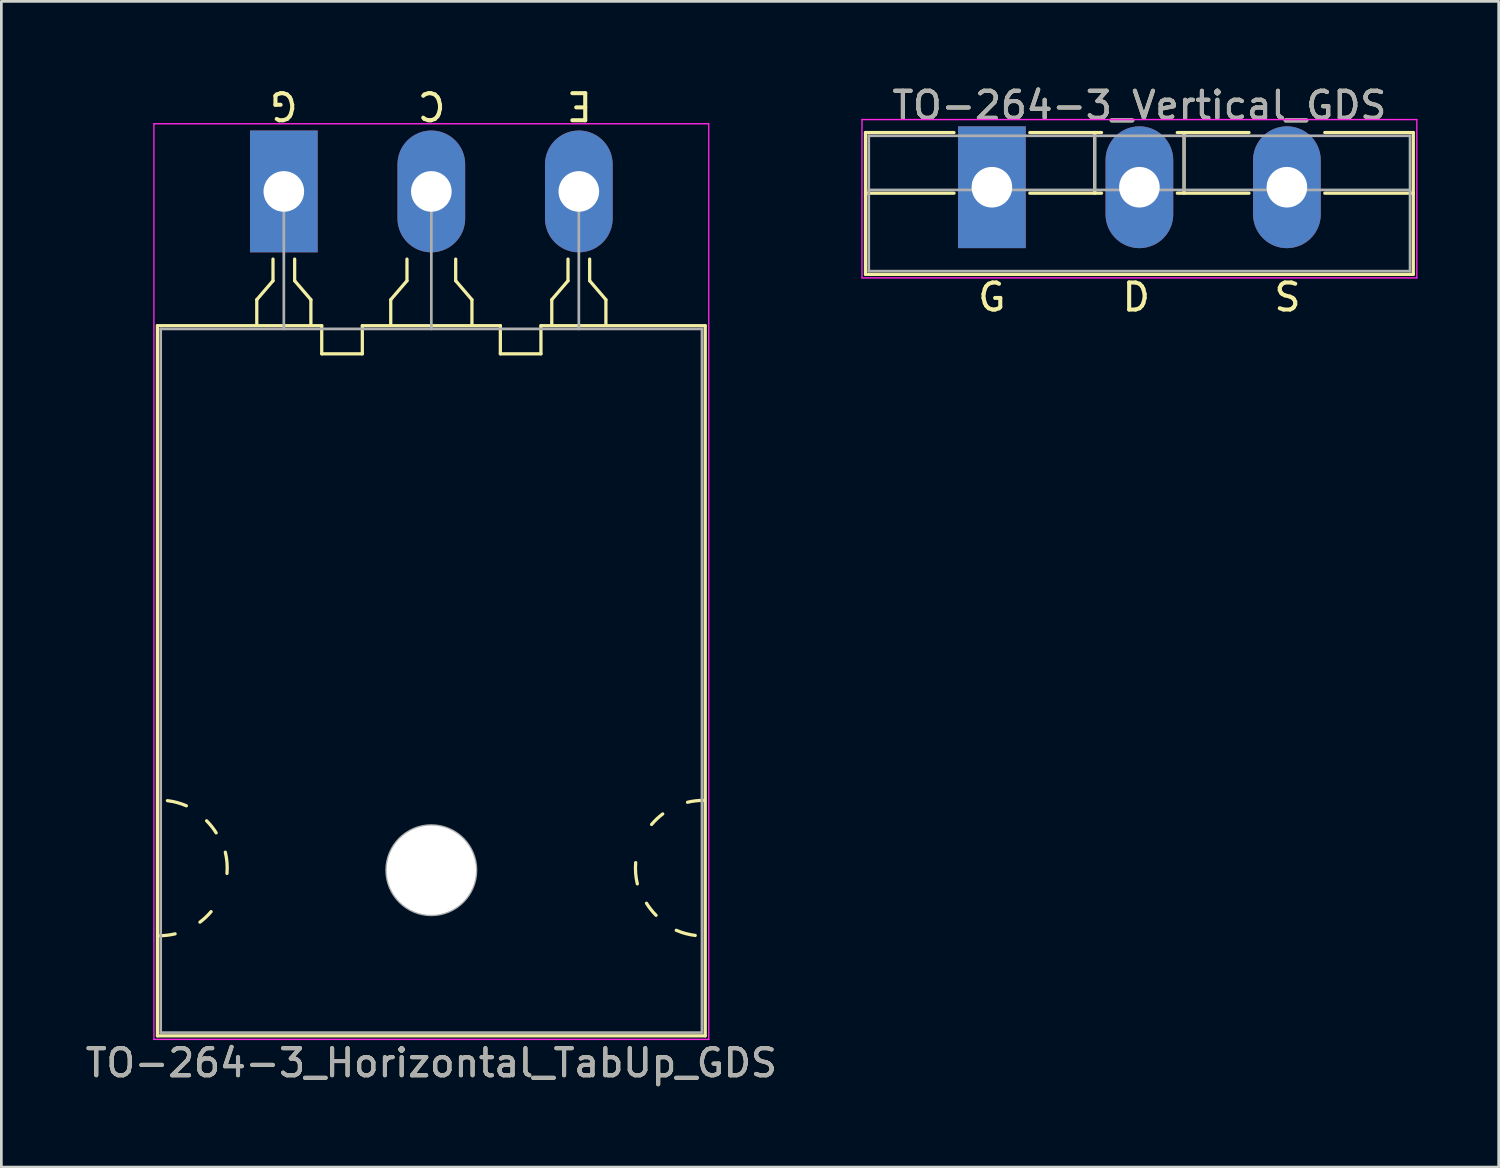
<source format=kicad_pcb>
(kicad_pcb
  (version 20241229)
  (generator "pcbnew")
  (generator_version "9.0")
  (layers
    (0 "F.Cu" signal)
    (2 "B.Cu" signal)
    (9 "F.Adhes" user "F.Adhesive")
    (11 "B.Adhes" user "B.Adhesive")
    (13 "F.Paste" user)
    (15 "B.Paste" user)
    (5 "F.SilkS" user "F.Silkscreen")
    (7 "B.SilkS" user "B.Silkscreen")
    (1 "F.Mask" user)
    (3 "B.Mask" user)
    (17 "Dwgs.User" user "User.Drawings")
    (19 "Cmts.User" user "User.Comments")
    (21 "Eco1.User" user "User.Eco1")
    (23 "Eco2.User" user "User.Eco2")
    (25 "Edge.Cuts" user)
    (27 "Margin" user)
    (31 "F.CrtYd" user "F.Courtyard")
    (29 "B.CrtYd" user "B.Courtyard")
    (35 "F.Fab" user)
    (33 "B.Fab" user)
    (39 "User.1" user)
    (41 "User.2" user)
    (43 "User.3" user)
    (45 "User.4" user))
  (footprint "TO-264-3_Horizontal_TabUp_GDS"
    (layer "F.Cu")
    (at 7.437 4.023)
    (property "Reference" "TO-264-3_Horizontal_TabUp_GDS" (at 5.45 32.2 0) (layer "F.SilkS") (effects (font (size 1 1) (thickness 0.15))))
    (fp_line (start -4.67 31.2) (end -4.67 4.96) (stroke (width 0.12) (type solid)) (layer "F.SilkS"))
    (fp_line (start -1 4) (end -1 4.9) (stroke (width 0.12) (type solid)) (layer "F.SilkS"))
    (fp_line (start -0.4 2.5) (end -0.4 3.3) (stroke (width 0.12) (type solid)) (layer "F.SilkS"))
    (fp_line (start -0.4 3.3) (end -1 4) (stroke (width 0.12) (type solid)) (layer "F.SilkS"))
    (fp_line (start 0.4 3.3) (end 0.4 2.5) (stroke (width 0.12) (type solid)) (layer "F.SilkS"))
    (fp_line (start 1 4) (end 0.4 3.3) (stroke (width 0.12) (type solid)) (layer "F.SilkS"))
    (fp_line (start 1 4.9) (end 1 4) (stroke (width 0.12) (type solid)) (layer "F.SilkS"))
    (fp_line (start 1.4 4.96) (end -4.67 4.96) (stroke (width 0.12) (type solid)) (layer "F.SilkS"))
    (fp_line (start 1.4 4.96) (end 1.4 6) (stroke (width 0.12) (type solid)) (layer "F.SilkS"))
    (fp_line (start 1.4 6) (end 2.9 6) (stroke (width 0.12) (type solid)) (layer "F.SilkS"))
    (fp_line (start 2.9 6) (end 2.9 4.96) (stroke (width 0.12) (type solid)) (layer "F.SilkS"))
    (fp_line (start 3.95 4) (end 3.95 4.9) (stroke (width 0.12) (type solid)) (layer "F.SilkS"))
    (fp_line (start 4.55 2.5) (end 4.55 3.3) (stroke (width 0.12) (type solid)) (layer "F.SilkS"))
    (fp_line (start 4.55 3.3) (end 3.95 4) (stroke (width 0.12) (type solid)) (layer "F.SilkS"))
    (fp_line (start 6.35 3.3) (end 6.35 2.5) (stroke (width 0.12) (type solid)) (layer "F.SilkS"))
    (fp_line (start 6.95 4) (end 6.35 3.3) (stroke (width 0.12) (type solid)) (layer "F.SilkS"))
    (fp_line (start 6.95 4.9) (end 6.95 4) (stroke (width 0.12) (type solid)) (layer "F.SilkS"))
    (fp_line (start 8 4.96) (end 2.9 4.96) (stroke (width 0.12) (type solid)) (layer "F.SilkS"))
    (fp_line (start 8 6) (end 8 4.96) (stroke (width 0.12) (type solid)) (layer "F.SilkS"))
    (fp_line (start 9.5 4.96) (end 9.5 6) (stroke (width 0.12) (type solid)) (layer "F.SilkS"))
    (fp_line (start 9.5 6) (end 8 6) (stroke (width 0.12) (type solid)) (layer "F.SilkS"))
    (fp_line (start 9.9 4) (end 9.9 4.9) (stroke (width 0.12) (type solid)) (layer "F.SilkS"))
    (fp_line (start 10.5 2.5) (end 10.5 3.3) (stroke (width 0.12) (type solid)) (layer "F.SilkS"))
    (fp_line (start 10.5 3.3) (end 9.9 4) (stroke (width 0.12) (type solid)) (layer "F.SilkS"))
    (fp_line (start 11.3 3.3) (end 11.3 2.5) (stroke (width 0.12) (type solid)) (layer "F.SilkS"))
    (fp_line (start 11.9 4) (end 11.3 3.3) (stroke (width 0.12) (type solid)) (layer "F.SilkS"))
    (fp_line (start 11.9 4.9) (end 11.9 4) (stroke (width 0.12) (type solid)) (layer "F.SilkS"))
    (fp_line (start 15.57 4.96) (end 9.5 4.96) (stroke (width 0.12) (type solid)) (layer "F.SilkS"))
    (fp_line (start 15.57 31.2) (end -4.67 31.2) (stroke (width 0.12) (type solid)) (layer "F.SilkS"))
    (fp_line (start 15.57 31.2) (end 15.57 4.96) (stroke (width 0.12) (type solid)) (layer "F.SilkS"))
    (fp_arc (start -4.301186 22.509879) (mid -3.943673 22.579416) (end -3.600001 22.700001) (stroke (width 0.12) (type solid)) (layer "F.SilkS"))
    (fp_arc (start -4.016568 27.430968) (mid -4.306249 27.482682) (end -4.6 27.5) (stroke (width 0.12) (type solid)) (layer "F.SilkS"))
    (fp_arc (start -2.853576 23.253576) (mid -2.663879 23.466564) (end -2.500001 23.700001) (stroke (width 0.12) (type solid)) (layer "F.SilkS"))
    (fp_arc (start -2.687722 26.610338) (mid -2.882773 26.8169) (end -3.1 26.999999) (stroke (width 0.12) (type solid)) (layer "F.SilkS"))
    (fp_arc (start -2.161266 24.414703) (mid -2.099611 24.804931) (end -2.100001 25.199999) (stroke (width 0.12) (type solid)) (layer "F.SilkS"))
    (fp_arc (start 13.061266 25.585297) (mid 12.999611 25.195069) (end 13.000001 24.800001) (stroke (width 0.12) (type solid)) (layer "F.SilkS"))
    (fp_arc (start 13.587722 23.389662) (mid 13.782773 23.1831) (end 14 23.000001) (stroke (width 0.12) (type solid)) (layer "F.SilkS"))
    (fp_arc (start 13.753576 26.746424) (mid 13.563879 26.533436) (end 13.400001 26.299999) (stroke (width 0.12) (type solid)) (layer "F.SilkS"))
    (fp_arc (start 14.916568 22.569032) (mid 15.206249 22.517318) (end 15.5 22.5) (stroke (width 0.12) (type solid)) (layer "F.SilkS"))
    (fp_arc (start 15.201186 27.490121) (mid 14.843673 27.420584) (end 14.500001 27.299999) (stroke (width 0.12) (type solid)) (layer "F.SilkS"))
    (fp_line (start -4.8 -2.5) (end -4.8 31.33) (stroke (width 0.05) (type solid)) (layer "F.CrtYd"))
    (fp_line (start -4.8 31.33) (end 15.7 31.33) (stroke (width 0.05) (type solid)) (layer "F.CrtYd"))
    (fp_line (start 15.7 -2.5) (end -4.8 -2.5) (stroke (width 0.05) (type solid)) (layer "F.CrtYd"))
    (fp_line (start 15.7 31.33) (end 15.7 -2.5) (stroke (width 0.05) (type solid)) (layer "F.CrtYd"))
    (fp_line (start -4.55 5.08) (end -4.55 31.08) (stroke (width 0.1) (type solid)) (layer "F.Fab"))
    (fp_line (start -4.55 31.08) (end 15.45 31.08) (stroke (width 0.1) (type solid)) (layer "F.Fab"))
    (fp_line (start 0 5.08) (end 0 0) (stroke (width 0.1) (type solid)) (layer "F.Fab"))
    (fp_line (start 5.45 5.08) (end 5.45 0) (stroke (width 0.1) (type solid)) (layer "F.Fab"))
    (fp_line (start 10.9 5.08) (end 10.9 0) (stroke (width 0.1) (type solid)) (layer "F.Fab"))
    (fp_line (start 15.45 5.08) (end -4.55 5.08) (stroke (width 0.1) (type solid)) (layer "F.Fab"))
    (fp_line (start 15.45 31.08) (end 15.45 5.08) (stroke (width 0.1) (type solid)) (layer "F.Fab"))
    (fp_circle (center 5.45 25.08) (end 7.1 25.08) (stroke (width 0.1) (type solid)) (fill no) (layer "F.Fab"))
    (fp_text user "G" (at 0 -3.175 180) (unlocked yes) (layer "F.SilkS") (effects (font (size 1 1) (thickness 0.15))))
    (fp_text user "C" (at 5.461 -3.175 180) (unlocked yes) (layer "F.SilkS") (effects (font (size 1 1) (thickness 0.15))))
    (fp_text user "E" (at 10.922 -3.175 180) (unlocked yes) (layer "F.SilkS") (effects (font (size 1 1) (thickness 0.15))))
    (fp_text user "${REFERENCE}" (at 5.45 32.2 0) (layer "F.Fab") (effects (font (size 1 1) (thickness 0.15))))
    (pad "" np_thru_hole oval (at 5.45 25.08) (size 3.3 3.3) (drill 3.3) (layers "*.Cu" "*.Mask"))
    (pad "1" thru_hole rect (at 0 0) (size 2.5 4.5) (drill 1.5) (layers "*.Cu" "*.Mask"))
    (pad "2" thru_hole oval (at 5.45 0) (size 2.5 4.5) (drill 1.5) (layers "*.Cu" "*.Mask"))
    (pad "3" thru_hole oval (at 10.9 0) (size 2.5 4.5) (drill 1.5) (layers "*.Cu" "*.Mask")))
  (footprint "TO-264-3_Vertical_GDS"
    (layer "F.Cu")
    (at 33.599 3.868)
    (property "Reference" "TO-264-3_Vertical_GDS" (at 5.45 -3.02 0) (layer "F.SilkS") (effects (font (size 1 1) (thickness 0.15))))
    (fp_line (start -4.67 -2.021) (end -4.67 3.22) (stroke (width 0.12) (type solid)) (layer "F.SilkS"))
    (fp_line (start -4.67 -2.021) (end -1.4 -2.021) (stroke (width 0.12) (type solid)) (layer "F.SilkS"))
    (fp_line (start -4.67 0.22) (end -1.4 0.22) (stroke (width 0.12) (type solid)) (layer "F.SilkS"))
    (fp_line (start -4.67 3.22) (end 15.57 3.22) (stroke (width 0.12) (type solid)) (layer "F.SilkS"))
    (fp_line (start 1.4 -2.021) (end 4.051 -2.021) (stroke (width 0.12) (type solid)) (layer "F.SilkS"))
    (fp_line (start 1.4 0.22) (end 4.051 0.22) (stroke (width 0.12) (type solid)) (layer "F.SilkS"))
    (fp_line (start 3.8 -2.021) (end 3.8 0.22) (stroke (width 0.12) (type solid)) (layer "F.SilkS"))
    (fp_line (start 6.85 -2.021) (end 9.5 -2.021) (stroke (width 0.12) (type solid)) (layer "F.SilkS"))
    (fp_line (start 6.85 0.22) (end 9.5 0.22) (stroke (width 0.12) (type solid)) (layer "F.SilkS"))
    (fp_line (start 7.1 -2.021) (end 7.1 0.22) (stroke (width 0.12) (type solid)) (layer "F.SilkS"))
    (fp_line (start 12.3 -2.021) (end 15.57 -2.021) (stroke (width 0.12) (type solid)) (layer "F.SilkS"))
    (fp_line (start 12.3 0.22) (end 15.57 0.22) (stroke (width 0.12) (type solid)) (layer "F.SilkS"))
    (fp_line (start 15.57 -2.021) (end 15.57 3.22) (stroke (width 0.12) (type solid)) (layer "F.SilkS"))
    (fp_line (start -4.8 -2.5) (end -4.8 3.35) (stroke (width 0.05) (type solid)) (layer "F.CrtYd"))
    (fp_line (start -4.8 3.35) (end 15.7 3.35) (stroke (width 0.05) (type solid)) (layer "F.CrtYd"))
    (fp_line (start 15.7 -2.5) (end -4.8 -2.5) (stroke (width 0.05) (type solid)) (layer "F.CrtYd"))
    (fp_line (start 15.7 3.35) (end 15.7 -2.5) (stroke (width 0.05) (type solid)) (layer "F.CrtYd"))
    (fp_line (start -4.55 -1.9) (end -4.55 3.1) (stroke (width 0.1) (type solid)) (layer "F.Fab"))
    (fp_line (start -4.55 0.1) (end 15.45 0.1) (stroke (width 0.1) (type solid)) (layer "F.Fab"))
    (fp_line (start -4.55 3.1) (end 15.45 3.1) (stroke (width 0.1) (type solid)) (layer "F.Fab"))
    (fp_line (start 3.8 -1.9) (end 3.8 0.1) (stroke (width 0.1) (type solid)) (layer "F.Fab"))
    (fp_line (start 7.1 -1.9) (end 7.1 0.1) (stroke (width 0.1) (type solid)) (layer "F.Fab"))
    (fp_line (start 15.45 -1.9) (end -4.55 -1.9) (stroke (width 0.1) (type solid)) (layer "F.Fab"))
    (fp_line (start 15.45 3.1) (end 15.45 -1.9) (stroke (width 0.1) (type solid)) (layer "F.Fab"))
    (fp_text user "D" (at 5.334 4.064 0) (unlocked yes) (layer "F.SilkS") (effects (font (size 1 1) (thickness 0.15))))
    (fp_text user "S" (at 10.922 4.064 0) (unlocked yes) (layer "F.SilkS") (effects (font (size 1 1) (thickness 0.15))))
    (fp_text user "G" (at 0 4.064 0) (unlocked yes) (layer "F.SilkS") (effects (font (size 1 1) (thickness 0.15))))
    (fp_text user "${REFERENCE}" (at 5.45 -3.02 0) (layer "F.Fab") (effects (font (size 1 1) (thickness 0.15))))
    (pad "1" thru_hole rect (at 0 0) (size 2.5 4.5) (drill 1.5) (layers "*.Cu" "*.Mask"))
    (pad "2" thru_hole oval (at 5.45 0) (size 2.5 4.5) (drill 1.5) (layers "*.Cu" "*.Mask"))
    (pad "3" thru_hole oval (at 10.9 0) (size 2.5 4.5) (drill 1.5) (layers "*.Cu" "*.Mask")))
  (gr_rect
    (start -3 -3)
    (end 52.324 40.072)
    (stroke (width 0.1) (type default))
    (fill no)
    (layer "Edge.Cuts")))
</source>
